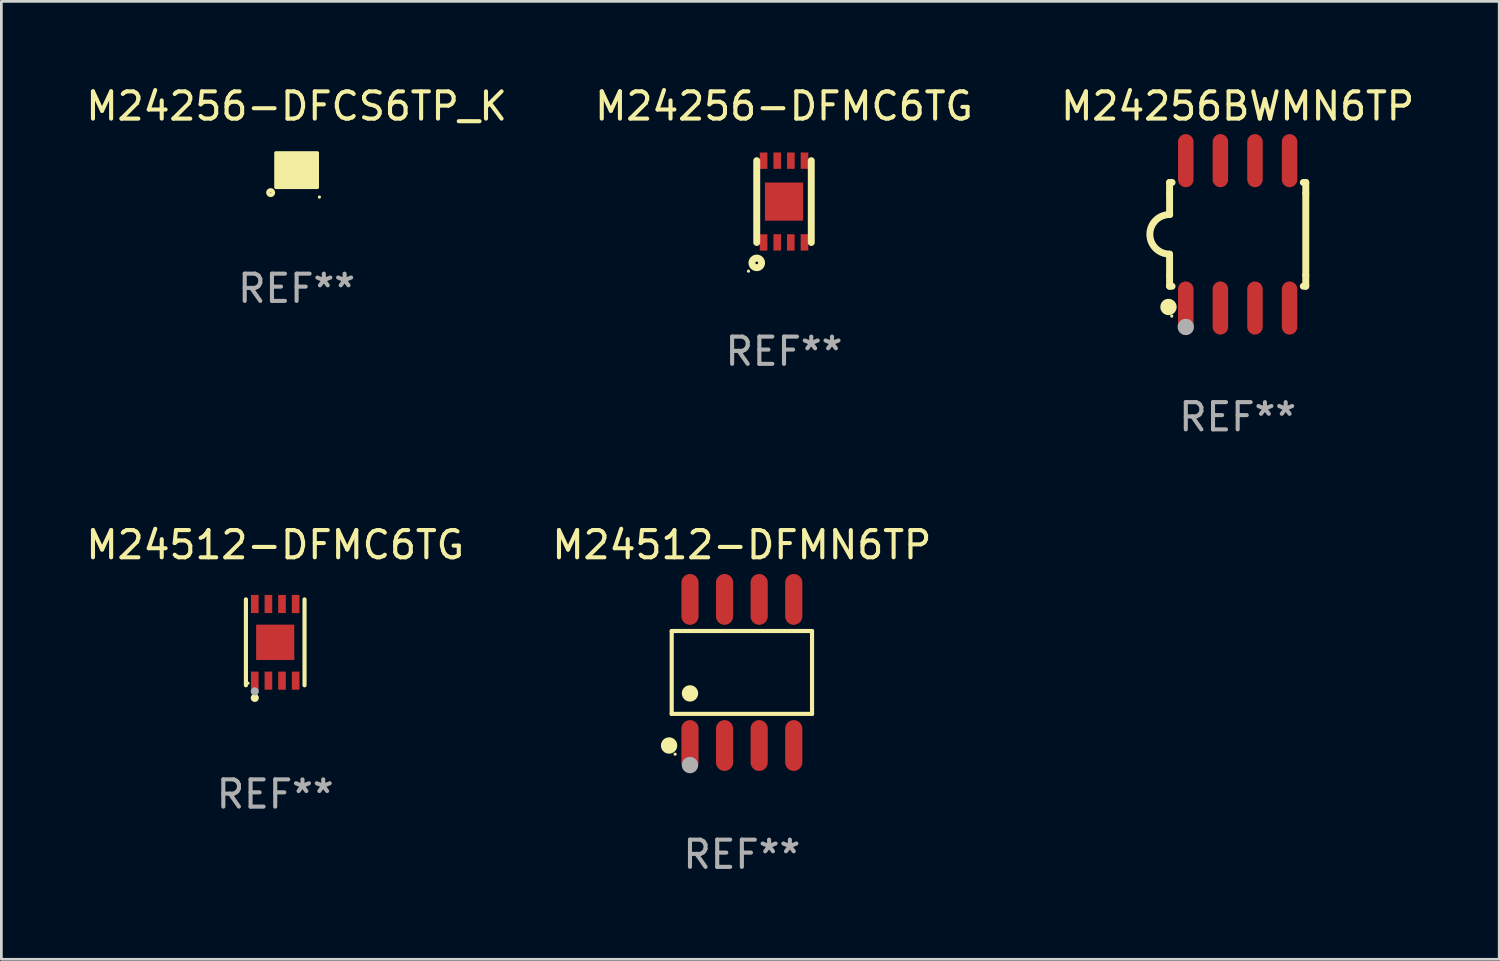
<source format=kicad_pcb>
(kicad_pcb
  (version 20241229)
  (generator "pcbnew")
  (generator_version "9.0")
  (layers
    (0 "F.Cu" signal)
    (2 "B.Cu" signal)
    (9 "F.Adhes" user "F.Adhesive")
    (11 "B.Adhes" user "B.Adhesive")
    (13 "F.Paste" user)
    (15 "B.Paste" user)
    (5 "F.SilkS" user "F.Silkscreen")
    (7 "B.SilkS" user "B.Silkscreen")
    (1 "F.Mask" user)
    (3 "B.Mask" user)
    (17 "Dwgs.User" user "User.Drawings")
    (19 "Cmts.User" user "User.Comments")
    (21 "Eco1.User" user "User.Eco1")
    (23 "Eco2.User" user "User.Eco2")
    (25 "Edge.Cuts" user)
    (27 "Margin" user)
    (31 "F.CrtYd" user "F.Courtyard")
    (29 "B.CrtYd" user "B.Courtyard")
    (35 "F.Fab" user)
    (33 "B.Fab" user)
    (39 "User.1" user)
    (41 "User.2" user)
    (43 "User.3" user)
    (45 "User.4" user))
  (footprint "M24256-DFCS6TP_K"
    (layer "F.Cu")
    (at 7.839 3.195)
    (property "Reference" "M24256-DFCS6TP_K" (at 0 -2.346 0) (layer "F.SilkS") (effects (font (size 1 1) (thickness 0.15))))
    (attr through_hole)
    (fp_circle (center -0.953 0.826) (end -0.863 0.826) (stroke (width 0.15) (type solid)) (fill no) (layer "F.SilkS"))
    (fp_circle (center 0.837 0.99) (end 0.867 0.99) (stroke (width 0.06) (type solid)) (fill no) (layer "F.SilkS"))
    (fp_poly (pts (xy -0.762 -0.635) (xy 0.762 -0.635) (xy 0.762 0.635) (xy -0.762 0.635)) (stroke (width 0.12) (type solid)) (fill yes) (layer "F.SilkS"))
    (fp_text user "REF**" (at 0 4.346 0) (layer "F.Fab") (effects (font (size 1 1) (thickness 0.15))))
    (pad "A1" smd circle (at -0.4 0.346) (size 0.19 0.19) (layers "F.Cu" "F.Mask" "F.Paste"))
    (pad "A3" smd circle (at -0.4 -0.346) (size 0.19 0.19) (layers "F.Cu" "F.Mask" "F.Paste"))
    (pad "B2" smd circle (at -0.2 -0.001) (size 0.19 0.19) (layers "F.Cu" "F.Mask" "F.Paste"))
    (pad "C1" smd circle (at 0 0.346) (size 0.19 0.19) (layers "F.Cu" "F.Mask" "F.Paste"))
    (pad "C3" smd circle (at 0 -0.346) (size 0.19 0.19) (layers "F.Cu" "F.Mask" "F.Paste"))
    (pad "D2" smd circle (at 0.2 -0.001) (size 0.19 0.19) (layers "F.Cu" "F.Mask" "F.Paste"))
    (pad "E1" smd circle (at 0.4 0.346) (size 0.19 0.19) (layers "F.Cu" "F.Mask" "F.Paste"))
    (pad "E3" smd circle (at 0.4 -0.346) (size 0.19 0.19) (layers "F.Cu" "F.Mask" "F.Paste")))
  (footprint "M24512-DFMN6TP"
    (layer "F.Cu")
    (at 24.185 21.637)
    (property "Reference" "M24512-DFMN6TP" (at 0 -4.682 0) (layer "F.SilkS") (effects (font (size 1 1) (thickness 0.15))))
    (attr through_hole)
    (fp_line (start -2.576 -1.521) (end 2.576 -1.521) (stroke (width 0.152) (type solid)) (layer "F.SilkS"))
    (fp_line (start -2.576 1.521) (end -2.576 -1.521) (stroke (width 0.152) (type solid)) (layer "F.SilkS"))
    (fp_line (start 2.576 -1.521) (end 2.576 1.521) (stroke (width 0.152) (type solid)) (layer "F.SilkS"))
    (fp_line (start 2.576 1.521) (end -2.576 1.521) (stroke (width 0.152) (type solid)) (layer "F.SilkS"))
    (fp_circle (center -2.672 2.682) (end -2.522 2.682) (stroke (width 0.3) (type solid)) (fill no) (layer "F.SilkS"))
    (fp_circle (center -2.45 3) (end -2.42 3) (stroke (width 0.06) (type solid)) (fill no) (layer "F.SilkS"))
    (fp_circle (center -1.905 0.769) (end -1.755 0.769) (stroke (width 0.3) (type solid)) (fill no) (layer "F.SilkS"))
    (fp_circle (center -1.905 3.4) (end -1.755 3.4) (stroke (width 0.3) (type solid)) (fill no) (layer "F.Fab"))
    (fp_text user "REF**" (at 0 6.682 0) (layer "F.Fab") (effects (font (size 1 1) (thickness 0.15))))
    (pad "1" smd oval (at -1.905 2.682) (size 0.63 1.865) (layers "F.Cu" "F.Mask" "F.Paste"))
    (pad "2" smd oval (at -0.635 2.682) (size 0.63 1.865) (layers "F.Cu" "F.Mask" "F.Paste"))
    (pad "3" smd oval (at 0.635 2.682) (size 0.63 1.865) (layers "F.Cu" "F.Mask" "F.Paste"))
    (pad "4" smd oval (at 1.905 2.682) (size 0.63 1.865) (layers "F.Cu" "F.Mask" "F.Paste"))
    (pad "5" smd oval (at 1.905 -2.682) (size 0.63 1.865) (layers "F.Cu" "F.Mask" "F.Paste"))
    (pad "6" smd oval (at 0.635 -2.682) (size 0.63 1.865) (layers "F.Cu" "F.Mask" "F.Paste"))
    (pad "7" smd oval (at -0.635 -2.682) (size 0.63 1.865) (layers "F.Cu" "F.Mask" "F.Paste"))
    (pad "8" smd oval (at -1.905 -2.682) (size 0.63 1.865) (layers "F.Cu" "F.Mask" "F.Paste")))
  (footprint "M24512-DFMC6TG"
    (layer "F.Cu")
    (at 7.054 20.531)
    (property "Reference" "M24512-DFMC6TG" (at 0 -3.576 0) (layer "F.SilkS") (effects (font (size 1 1) (thickness 0.15))))
    (attr through_hole)
    (fp_line (start -1.076 1.576) (end -1.076 -1.576) (stroke (width 0.152) (type solid)) (layer "F.SilkS"))
    (fp_line (start 1.076 1.576) (end 1.076 -1.576) (stroke (width 0.152) (type solid)) (layer "F.SilkS"))
    (fp_circle (center -1 1.5) (end -0.97 1.5) (stroke (width 0.06) (type solid)) (fill no) (layer "F.SilkS"))
    (fp_circle (center -0.75 2.04) (end -0.675 2.04) (stroke (width 0.15) (type solid)) (fill no) (layer "F.SilkS"))
    (fp_circle (center -0.75 1.8) (end -0.675 1.8) (stroke (width 0.15) (type solid)) (fill no) (layer "F.Fab"))
    (fp_text user "REF**" (at 0 5.576 0) (layer "F.Fab") (effects (font (size 1 1) (thickness 0.15))))
    (pad "1" smd rect (at -0.75 1.407) (size 0.28 0.665) (layers "F.Cu" "F.Mask" "F.Paste"))
    (pad "2" smd rect (at -0.25 1.407) (size 0.28 0.665) (layers "F.Cu" "F.Mask" "F.Paste"))
    (pad "3" smd rect (at 0.25 1.407) (size 0.28 0.665) (layers "F.Cu" "F.Mask" "F.Paste"))
    (pad "4" smd rect (at 0.75 1.407) (size 0.28 0.665) (layers "F.Cu" "F.Mask" "F.Paste"))
    (pad "5" smd rect (at 0.75 -1.407) (size 0.28 0.665) (layers "F.Cu" "F.Mask" "F.Paste"))
    (pad "6" smd rect (at 0.25 -1.407) (size 0.28 0.665) (layers "F.Cu" "F.Mask" "F.Paste"))
    (pad "7" smd rect (at -0.25 -1.407) (size 0.28 0.665) (layers "F.Cu" "F.Mask" "F.Paste"))
    (pad "8" smd rect (at -0.75 -1.407) (size 0.28 0.665) (layers "F.Cu" "F.Mask" "F.Paste"))
    (pad "9" smd rect (at 0 0) (size 1.4 1.3) (layers "F.Cu" "F.Mask" "F.Paste")))
  (footprint "M24256BWMN6TP"
    (layer "F.Cu")
    (at 42.387 5.553)
    (property "Reference" "M24256BWMN6TP" (at 0 -4.705 0) (layer "F.SilkS") (effects (font (size 1 1) (thickness 0.15))))
    (attr through_hole)
    (fp_line (start -2.5 -1.905) (end -2.409 -1.905) (stroke (width 0.254) (type solid)) (layer "F.SilkS"))
    (fp_line (start -2.5 -1.5) (end -2.5 -1.905) (stroke (width 0.254) (type solid)) (layer "F.SilkS"))
    (fp_line (start -2.5 -1.5) (end -2.5 -0.726) (stroke (width 0.254) (type solid)) (layer "F.SilkS"))
    (fp_line (start -2.5 1.5) (end -2.5 0.727) (stroke (width 0.254) (type solid)) (layer "F.SilkS"))
    (fp_line (start -2.5 1.5) (end -2.5 1.905) (stroke (width 0.254) (type solid)) (layer "F.SilkS"))
    (fp_line (start -2.5 1.905) (end -2.409 1.905) (stroke (width 0.254) (type solid)) (layer "F.SilkS"))
    (fp_line (start 2.5 -1.905) (end 2.409 -1.905) (stroke (width 0.254) (type solid)) (layer "F.SilkS"))
    (fp_line (start 2.5 -1.5) (end 2.5 -1.905) (stroke (width 0.254) (type solid)) (layer "F.SilkS"))
    (fp_line (start 2.5 -1.5) (end 2.5 1.5) (stroke (width 0.254) (type solid)) (layer "F.SilkS"))
    (fp_line (start 2.5 1.5) (end 2.5 1.905) (stroke (width 0.254) (type solid)) (layer "F.SilkS"))
    (fp_line (start 2.5 1.905) (end 2.409 1.905) (stroke (width 0.254) (type solid)) (layer "F.SilkS"))
    (fp_arc (start -2.5 0.726568) (mid -3.220316 -0.0023) (end -2.495097 -0.726289) (stroke (width 0.254001) (type solid)) (layer "F.SilkS"))
    (fp_circle (center -2.54 2.667) (end -2.39 2.667) (stroke (width 0.3) (type solid)) (fill no) (layer "F.SilkS"))
    (fp_circle (center -2.42 3) (end -2.39 3) (stroke (width 0.06) (type solid)) (fill no) (layer "F.SilkS"))
    (fp_circle (center -1.905 3.4) (end -1.755 3.4) (stroke (width 0.3) (type solid)) (fill no) (layer "F.Fab"))
    (fp_text user "REF**" (at 0 6.705 0) (layer "F.Fab") (effects (font (size 1 1) (thickness 0.15))))
    (pad "1" smd oval (at -1.905 2.705) (size 0.568 1.95) (layers "F.Cu" "F.Mask" "F.Paste"))
    (pad "2" smd oval (at -0.635 2.705) (size 0.568 1.95) (layers "F.Cu" "F.Mask" "F.Paste"))
    (pad "3" smd oval (at 0.635 2.705) (size 0.568 1.95) (layers "F.Cu" "F.Mask" "F.Paste"))
    (pad "4" smd oval (at 1.905 2.705) (size 0.568 1.95) (layers "F.Cu" "F.Mask" "F.Paste"))
    (pad "5" smd oval (at 1.905 -2.705) (size 0.568 1.95) (layers "F.Cu" "F.Mask" "F.Paste"))
    (pad "6" smd oval (at 0.635 -2.705) (size 0.568 1.95) (layers "F.Cu" "F.Mask" "F.Paste"))
    (pad "7" smd oval (at -0.635 -2.705) (size 0.568 1.95) (layers "F.Cu" "F.Mask" "F.Paste"))
    (pad "8" smd oval (at -1.905 -2.705) (size 0.568 1.95) (layers "F.Cu" "F.Mask" "F.Paste")))
  (footprint "M24256-DFMC6TG"
    (layer "F.Cu")
    (at 25.732 4.35)
    (property "Reference" "M24256-DFMC6TG" (at 0 -3.502 0) (layer "F.SilkS") (effects (font (size 1 1) (thickness 0.15))))
    (attr through_hole)
    (fp_line (start -1.001 1.502) (end -1.001 -1.501) (stroke (width 0.254) (type solid)) (layer "F.SilkS"))
    (fp_line (start 1.001 1.502) (end 1.001 -1.501) (stroke (width 0.254) (type solid)) (layer "F.SilkS"))
    (fp_circle (center -1.304 2.554) (end -1.274 2.554) (stroke (width 0.06) (type solid)) (fill no) (layer "F.SilkS"))
    (fp_circle (center -1 2.251) (end -0.823 2.251) (stroke (width 0.254) (type solid)) (fill no) (layer "F.SilkS"))
    (fp_text user "REF**" (at 0 5.502 0) (layer "F.Fab") (effects (font (size 1 1) (thickness 0.15))))
    (pad "1" smd rect (at -0.75 1.5 180) (size 0.28 0.6) (layers "F.Cu" "F.Mask" "F.Paste"))
    (pad "2" smd rect (at -0.248 1.498 180) (size 0.28 0.6) (layers "F.Cu" "F.Mask" "F.Paste"))
    (pad "3" smd rect (at 0.25 1.5 180) (size 0.28 0.6) (layers "F.Cu" "F.Mask" "F.Paste"))
    (pad "4" smd rect (at 0.752 1.498 180) (size 0.28 0.6) (layers "F.Cu" "F.Mask" "F.Paste"))
    (pad "5" smd rect (at 0.752 -1.502 180) (size 0.28 0.6) (layers "F.Cu" "F.Mask" "F.Paste"))
    (pad "6" smd rect (at 0.252 -1.502 180) (size 0.28 0.6) (layers "F.Cu" "F.Mask" "F.Paste"))
    (pad "7" smd rect (at -0.248 -1.502 180) (size 0.28 0.6) (layers "F.Cu" "F.Mask" "F.Paste"))
    (pad "8" smd rect (at -0.75 -1.5 180) (size 0.28 0.6) (layers "F.Cu" "F.Mask" "F.Paste"))
    (pad "9" smd rect (at 0.000051 0.001 270) (size 1.4 1.4) (layers "F.Cu" "F.Mask" "F.Paste")))
  (gr_rect
    (start -3 -3)
    (end 51.988 32.168)
    (stroke (width 0.1) (type default))
    (fill no)
    (layer "Edge.Cuts")))
</source>
